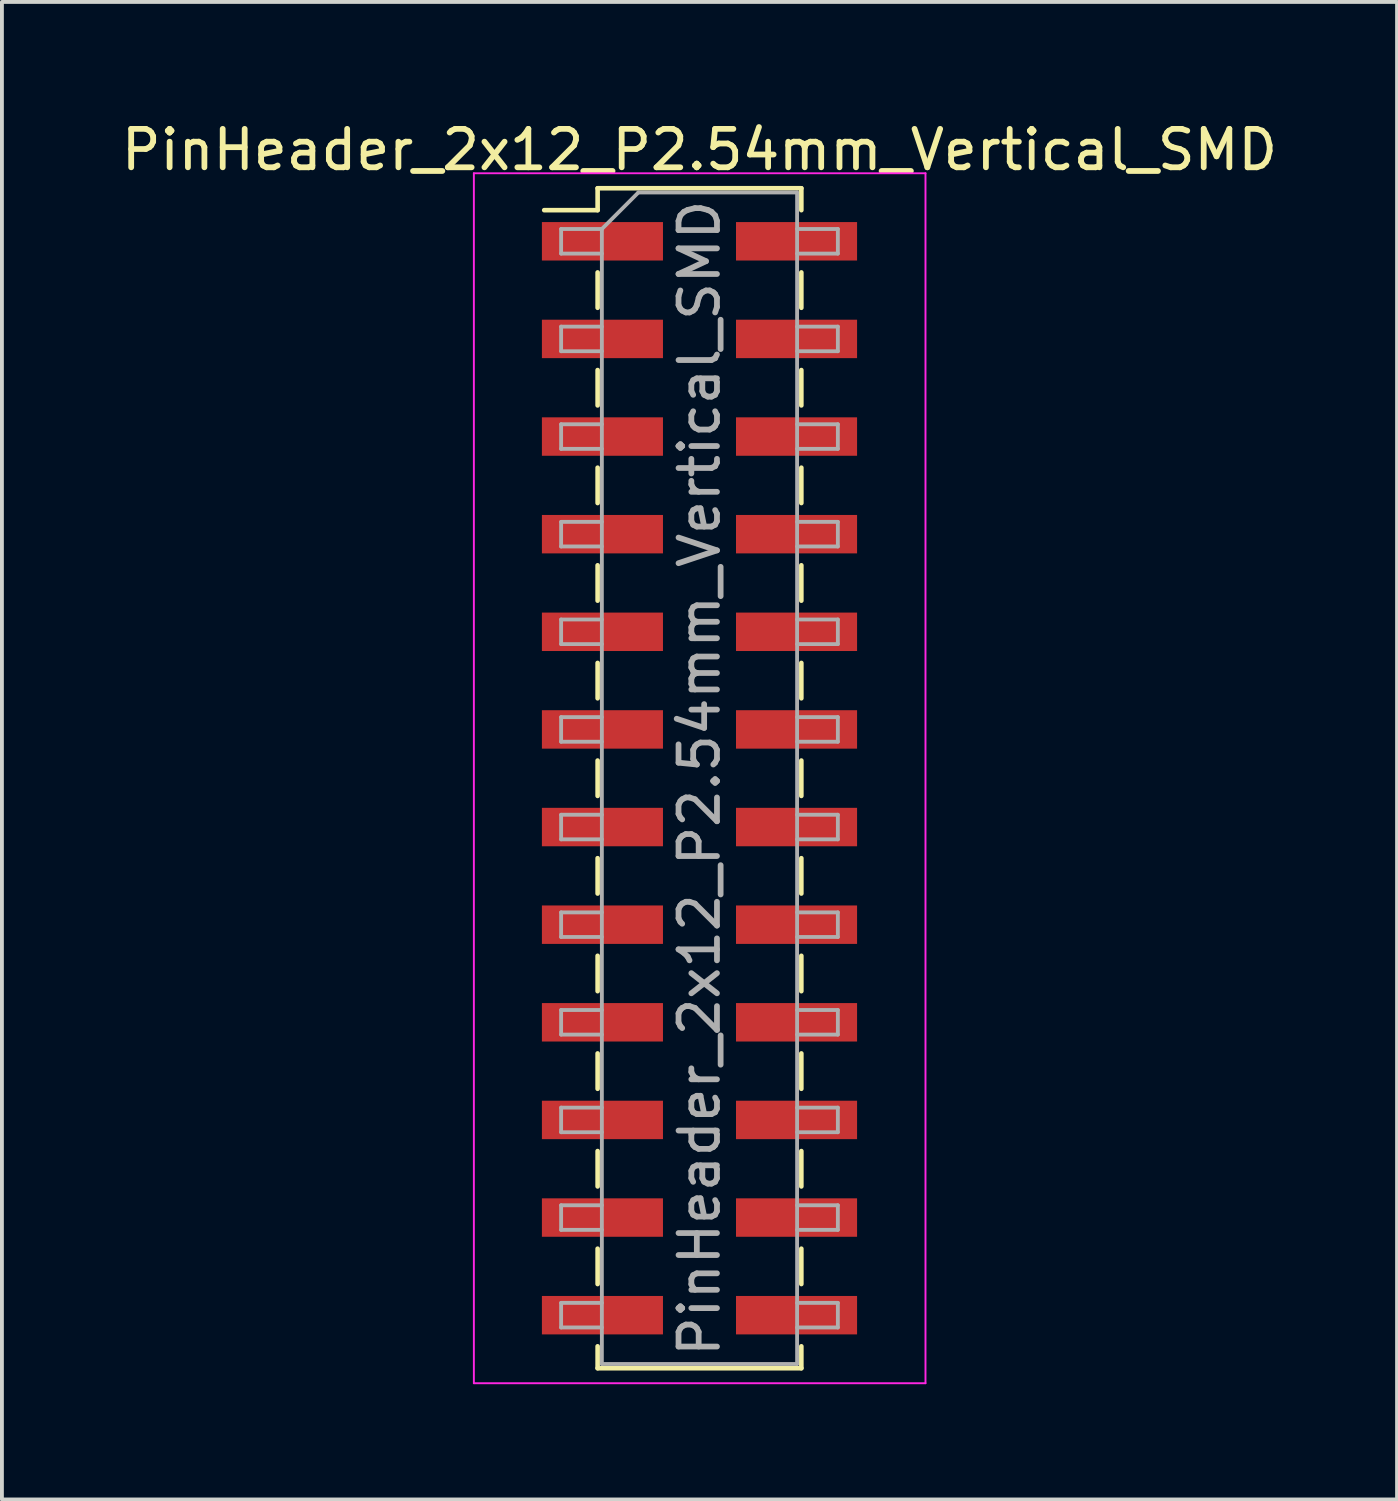
<source format=kicad_pcb>
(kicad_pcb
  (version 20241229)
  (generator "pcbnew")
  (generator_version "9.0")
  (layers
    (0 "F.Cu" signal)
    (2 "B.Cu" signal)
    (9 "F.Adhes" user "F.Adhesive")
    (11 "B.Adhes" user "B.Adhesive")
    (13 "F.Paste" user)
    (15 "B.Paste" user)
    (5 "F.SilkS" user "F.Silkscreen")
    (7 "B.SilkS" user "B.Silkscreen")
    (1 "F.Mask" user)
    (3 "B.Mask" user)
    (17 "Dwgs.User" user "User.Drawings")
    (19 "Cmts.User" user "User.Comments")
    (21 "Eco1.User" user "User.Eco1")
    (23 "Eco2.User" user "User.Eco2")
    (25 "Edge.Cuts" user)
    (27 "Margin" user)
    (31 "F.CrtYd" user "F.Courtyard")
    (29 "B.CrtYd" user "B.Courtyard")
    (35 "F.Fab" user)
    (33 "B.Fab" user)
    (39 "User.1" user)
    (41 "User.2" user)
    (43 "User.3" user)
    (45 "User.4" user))
  (footprint "PinHeader_2x12_P2.54mm_Vertical_SMD"
    (layer "F.Cu")
    (at 15.149 17.198)
    (property "Reference" "PinHeader_2x12_P2.54mm_Vertical_SMD" (at 0 -16.35 0) (layer "F.SilkS") (effects (font (size 1 1) (thickness 0.15))))
    (attr smd)
    (fp_line (start -4.04 -14.78) (end -2.65 -14.78) (stroke (width 0.12) (type solid)) (layer "F.SilkS"))
    (fp_line (start -2.65 -15.35) (end -2.65 -14.78) (stroke (width 0.12) (type solid)) (layer "F.SilkS"))
    (fp_line (start -2.65 -15.35) (end 2.65 -15.35) (stroke (width 0.12) (type solid)) (layer "F.SilkS"))
    (fp_line (start -2.65 -13.16) (end -2.65 -12.24) (stroke (width 0.12) (type solid)) (layer "F.SilkS"))
    (fp_line (start -2.65 -10.62) (end -2.65 -9.7) (stroke (width 0.12) (type solid)) (layer "F.SilkS"))
    (fp_line (start -2.65 -8.08) (end -2.65 -7.16) (stroke (width 0.12) (type solid)) (layer "F.SilkS"))
    (fp_line (start -2.65 -5.54) (end -2.65 -4.62) (stroke (width 0.12) (type solid)) (layer "F.SilkS"))
    (fp_line (start -2.65 -3) (end -2.65 -2.08) (stroke (width 0.12) (type solid)) (layer "F.SilkS"))
    (fp_line (start -2.65 -0.46) (end -2.65 0.46) (stroke (width 0.12) (type solid)) (layer "F.SilkS"))
    (fp_line (start -2.65 2.08) (end -2.65 3) (stroke (width 0.12) (type solid)) (layer "F.SilkS"))
    (fp_line (start -2.65 4.62) (end -2.65 5.54) (stroke (width 0.12) (type solid)) (layer "F.SilkS"))
    (fp_line (start -2.65 7.16) (end -2.65 8.08) (stroke (width 0.12) (type solid)) (layer "F.SilkS"))
    (fp_line (start -2.65 9.7) (end -2.65 10.62) (stroke (width 0.12) (type solid)) (layer "F.SilkS"))
    (fp_line (start -2.65 12.24) (end -2.65 13.16) (stroke (width 0.12) (type solid)) (layer "F.SilkS"))
    (fp_line (start -2.65 14.78) (end -2.65 15.35) (stroke (width 0.12) (type solid)) (layer "F.SilkS"))
    (fp_line (start -2.65 15.35) (end 2.65 15.35) (stroke (width 0.12) (type solid)) (layer "F.SilkS"))
    (fp_line (start 2.65 -15.35) (end 2.65 -14.78) (stroke (width 0.12) (type solid)) (layer "F.SilkS"))
    (fp_line (start 2.65 -13.16) (end 2.65 -12.24) (stroke (width 0.12) (type solid)) (layer "F.SilkS"))
    (fp_line (start 2.65 -10.62) (end 2.65 -9.7) (stroke (width 0.12) (type solid)) (layer "F.SilkS"))
    (fp_line (start 2.65 -8.08) (end 2.65 -7.16) (stroke (width 0.12) (type solid)) (layer "F.SilkS"))
    (fp_line (start 2.65 -5.54) (end 2.65 -4.62) (stroke (width 0.12) (type solid)) (layer "F.SilkS"))
    (fp_line (start 2.65 -3) (end 2.65 -2.08) (stroke (width 0.12) (type solid)) (layer "F.SilkS"))
    (fp_line (start 2.65 -0.46) (end 2.65 0.46) (stroke (width 0.12) (type solid)) (layer "F.SilkS"))
    (fp_line (start 2.65 2.08) (end 2.65 3) (stroke (width 0.12) (type solid)) (layer "F.SilkS"))
    (fp_line (start 2.65 4.62) (end 2.65 5.54) (stroke (width 0.12) (type solid)) (layer "F.SilkS"))
    (fp_line (start 2.65 7.16) (end 2.65 8.08) (stroke (width 0.12) (type solid)) (layer "F.SilkS"))
    (fp_line (start 2.65 9.7) (end 2.65 10.62) (stroke (width 0.12) (type solid)) (layer "F.SilkS"))
    (fp_line (start 2.65 12.24) (end 2.65 13.16) (stroke (width 0.12) (type solid)) (layer "F.SilkS"))
    (fp_line (start 2.65 14.78) (end 2.65 15.35) (stroke (width 0.12) (type solid)) (layer "F.SilkS"))
    (fp_line (start -5.87 -15.74) (end -5.87 15.74) (stroke (width 0.05) (type solid)) (layer "F.CrtYd"))
    (fp_line (start -5.87 15.74) (end 5.88 15.74) (stroke (width 0.05) (type solid)) (layer "F.CrtYd"))
    (fp_line (start 5.88 -15.74) (end -5.87 -15.74) (stroke (width 0.05) (type solid)) (layer "F.CrtYd"))
    (fp_line (start 5.88 15.74) (end 5.88 -15.74) (stroke (width 0.05) (type solid)) (layer "F.CrtYd"))
    (fp_line (start -3.6 -14.29) (end -3.6 -13.65) (stroke (width 0.1) (type solid)) (layer "F.Fab"))
    (fp_line (start -3.6 -13.65) (end -2.54 -13.65) (stroke (width 0.1) (type solid)) (layer "F.Fab"))
    (fp_line (start -3.6 -11.75) (end -3.6 -11.11) (stroke (width 0.1) (type solid)) (layer "F.Fab"))
    (fp_line (start -3.6 -11.11) (end -2.54 -11.11) (stroke (width 0.1) (type solid)) (layer "F.Fab"))
    (fp_line (start -3.6 -9.21) (end -3.6 -8.57) (stroke (width 0.1) (type solid)) (layer "F.Fab"))
    (fp_line (start -3.6 -8.57) (end -2.54 -8.57) (stroke (width 0.1) (type solid)) (layer "F.Fab"))
    (fp_line (start -3.6 -6.67) (end -3.6 -6.03) (stroke (width 0.1) (type solid)) (layer "F.Fab"))
    (fp_line (start -3.6 -6.03) (end -2.54 -6.03) (stroke (width 0.1) (type solid)) (layer "F.Fab"))
    (fp_line (start -3.6 -4.13) (end -3.6 -3.49) (stroke (width 0.1) (type solid)) (layer "F.Fab"))
    (fp_line (start -3.6 -3.49) (end -2.54 -3.49) (stroke (width 0.1) (type solid)) (layer "F.Fab"))
    (fp_line (start -3.6 -1.59) (end -3.6 -0.95) (stroke (width 0.1) (type solid)) (layer "F.Fab"))
    (fp_line (start -3.6 -0.95) (end -2.54 -0.95) (stroke (width 0.1) (type solid)) (layer "F.Fab"))
    (fp_line (start -3.6 0.95) (end -3.6 1.59) (stroke (width 0.1) (type solid)) (layer "F.Fab"))
    (fp_line (start -3.6 1.59) (end -2.54 1.59) (stroke (width 0.1) (type solid)) (layer "F.Fab"))
    (fp_line (start -3.6 3.49) (end -3.6 4.13) (stroke (width 0.1) (type solid)) (layer "F.Fab"))
    (fp_line (start -3.6 4.13) (end -2.54 4.13) (stroke (width 0.1) (type solid)) (layer "F.Fab"))
    (fp_line (start -3.6 6.03) (end -3.6 6.67) (stroke (width 0.1) (type solid)) (layer "F.Fab"))
    (fp_line (start -3.6 6.67) (end -2.54 6.67) (stroke (width 0.1) (type solid)) (layer "F.Fab"))
    (fp_line (start -3.6 8.57) (end -3.6 9.21) (stroke (width 0.1) (type solid)) (layer "F.Fab"))
    (fp_line (start -3.6 9.21) (end -2.54 9.21) (stroke (width 0.1) (type solid)) (layer "F.Fab"))
    (fp_line (start -3.6 11.11) (end -3.6 11.75) (stroke (width 0.1) (type solid)) (layer "F.Fab"))
    (fp_line (start -3.6 11.75) (end -2.54 11.75) (stroke (width 0.1) (type solid)) (layer "F.Fab"))
    (fp_line (start -3.6 13.65) (end -3.6 14.29) (stroke (width 0.1) (type solid)) (layer "F.Fab"))
    (fp_line (start -3.6 14.29) (end -2.54 14.29) (stroke (width 0.1) (type solid)) (layer "F.Fab"))
    (fp_line (start -2.54 -14.29) (end -3.6 -14.29) (stroke (width 0.1) (type solid)) (layer "F.Fab"))
    (fp_line (start -2.54 -14.29) (end -1.59 -15.24) (stroke (width 0.1) (type solid)) (layer "F.Fab"))
    (fp_line (start -2.54 -11.75) (end -3.6 -11.75) (stroke (width 0.1) (type solid)) (layer "F.Fab"))
    (fp_line (start -2.54 -9.21) (end -3.6 -9.21) (stroke (width 0.1) (type solid)) (layer "F.Fab"))
    (fp_line (start -2.54 -6.67) (end -3.6 -6.67) (stroke (width 0.1) (type solid)) (layer "F.Fab"))
    (fp_line (start -2.54 -4.13) (end -3.6 -4.13) (stroke (width 0.1) (type solid)) (layer "F.Fab"))
    (fp_line (start -2.54 -1.59) (end -3.6 -1.59) (stroke (width 0.1) (type solid)) (layer "F.Fab"))
    (fp_line (start -2.54 0.95) (end -3.6 0.95) (stroke (width 0.1) (type solid)) (layer "F.Fab"))
    (fp_line (start -2.54 3.49) (end -3.6 3.49) (stroke (width 0.1) (type solid)) (layer "F.Fab"))
    (fp_line (start -2.54 6.03) (end -3.6 6.03) (stroke (width 0.1) (type solid)) (layer "F.Fab"))
    (fp_line (start -2.54 8.57) (end -3.6 8.57) (stroke (width 0.1) (type solid)) (layer "F.Fab"))
    (fp_line (start -2.54 11.11) (end -3.6 11.11) (stroke (width 0.1) (type solid)) (layer "F.Fab"))
    (fp_line (start -2.54 13.65) (end -3.6 13.65) (stroke (width 0.1) (type solid)) (layer "F.Fab"))
    (fp_line (start -2.54 15.24) (end -2.54 -14.29) (stroke (width 0.1) (type solid)) (layer "F.Fab"))
    (fp_line (start -1.59 -15.24) (end 2.54 -15.24) (stroke (width 0.1) (type solid)) (layer "F.Fab"))
    (fp_line (start 2.54 -15.24) (end 2.54 15.24) (stroke (width 0.1) (type solid)) (layer "F.Fab"))
    (fp_line (start 2.54 -14.29) (end 3.6 -14.29) (stroke (width 0.1) (type solid)) (layer "F.Fab"))
    (fp_line (start 2.54 -11.75) (end 3.6 -11.75) (stroke (width 0.1) (type solid)) (layer "F.Fab"))
    (fp_line (start 2.54 -9.21) (end 3.6 -9.21) (stroke (width 0.1) (type solid)) (layer "F.Fab"))
    (fp_line (start 2.54 -6.67) (end 3.6 -6.67) (stroke (width 0.1) (type solid)) (layer "F.Fab"))
    (fp_line (start 2.54 -4.13) (end 3.6 -4.13) (stroke (width 0.1) (type solid)) (layer "F.Fab"))
    (fp_line (start 2.54 -1.59) (end 3.6 -1.59) (stroke (width 0.1) (type solid)) (layer "F.Fab"))
    (fp_line (start 2.54 0.95) (end 3.6 0.95) (stroke (width 0.1) (type solid)) (layer "F.Fab"))
    (fp_line (start 2.54 3.49) (end 3.6 3.49) (stroke (width 0.1) (type solid)) (layer "F.Fab"))
    (fp_line (start 2.54 6.03) (end 3.6 6.03) (stroke (width 0.1) (type solid)) (layer "F.Fab"))
    (fp_line (start 2.54 8.57) (end 3.6 8.57) (stroke (width 0.1) (type solid)) (layer "F.Fab"))
    (fp_line (start 2.54 11.11) (end 3.6 11.11) (stroke (width 0.1) (type solid)) (layer "F.Fab"))
    (fp_line (start 2.54 13.65) (end 3.6 13.65) (stroke (width 0.1) (type solid)) (layer "F.Fab"))
    (fp_line (start 2.54 15.24) (end -2.54 15.24) (stroke (width 0.1) (type solid)) (layer "F.Fab"))
    (fp_line (start 3.6 -14.29) (end 3.6 -13.65) (stroke (width 0.1) (type solid)) (layer "F.Fab"))
    (fp_line (start 3.6 -13.65) (end 2.54 -13.65) (stroke (width 0.1) (type solid)) (layer "F.Fab"))
    (fp_line (start 3.6 -11.75) (end 3.6 -11.11) (stroke (width 0.1) (type solid)) (layer "F.Fab"))
    (fp_line (start 3.6 -11.11) (end 2.54 -11.11) (stroke (width 0.1) (type solid)) (layer "F.Fab"))
    (fp_line (start 3.6 -9.21) (end 3.6 -8.57) (stroke (width 0.1) (type solid)) (layer "F.Fab"))
    (fp_line (start 3.6 -8.57) (end 2.54 -8.57) (stroke (width 0.1) (type solid)) (layer "F.Fab"))
    (fp_line (start 3.6 -6.67) (end 3.6 -6.03) (stroke (width 0.1) (type solid)) (layer "F.Fab"))
    (fp_line (start 3.6 -6.03) (end 2.54 -6.03) (stroke (width 0.1) (type solid)) (layer "F.Fab"))
    (fp_line (start 3.6 -4.13) (end 3.6 -3.49) (stroke (width 0.1) (type solid)) (layer "F.Fab"))
    (fp_line (start 3.6 -3.49) (end 2.54 -3.49) (stroke (width 0.1) (type solid)) (layer "F.Fab"))
    (fp_line (start 3.6 -1.59) (end 3.6 -0.95) (stroke (width 0.1) (type solid)) (layer "F.Fab"))
    (fp_line (start 3.6 -0.95) (end 2.54 -0.95) (stroke (width 0.1) (type solid)) (layer "F.Fab"))
    (fp_line (start 3.6 0.95) (end 3.6 1.59) (stroke (width 0.1) (type solid)) (layer "F.Fab"))
    (fp_line (start 3.6 1.59) (end 2.54 1.59) (stroke (width 0.1) (type solid)) (layer "F.Fab"))
    (fp_line (start 3.6 3.49) (end 3.6 4.13) (stroke (width 0.1) (type solid)) (layer "F.Fab"))
    (fp_line (start 3.6 4.13) (end 2.54 4.13) (stroke (width 0.1) (type solid)) (layer "F.Fab"))
    (fp_line (start 3.6 6.03) (end 3.6 6.67) (stroke (width 0.1) (type solid)) (layer "F.Fab"))
    (fp_line (start 3.6 6.67) (end 2.54 6.67) (stroke (width 0.1) (type solid)) (layer "F.Fab"))
    (fp_line (start 3.6 8.57) (end 3.6 9.21) (stroke (width 0.1) (type solid)) (layer "F.Fab"))
    (fp_line (start 3.6 9.21) (end 2.54 9.21) (stroke (width 0.1) (type solid)) (layer "F.Fab"))
    (fp_line (start 3.6 11.11) (end 3.6 11.75) (stroke (width 0.1) (type solid)) (layer "F.Fab"))
    (fp_line (start 3.6 11.75) (end 2.54 11.75) (stroke (width 0.1) (type solid)) (layer "F.Fab"))
    (fp_line (start 3.6 13.65) (end 3.6 14.29) (stroke (width 0.1) (type solid)) (layer "F.Fab"))
    (fp_line (start 3.6 14.29) (end 2.54 14.29) (stroke (width 0.1) (type solid)) (layer "F.Fab"))
    (fp_text user "${REFERENCE}" (at 0 0 90) (layer "F.Fab") (effects (font (size 1 1) (thickness 0.15))))
    (pad "1" smd rect (at -2.525 -13.97) (size 3.15 1) (layers "F.Cu" "F.Mask" "F.Paste"))
    (pad "2" smd rect (at 2.525 -13.97) (size 3.15 1) (layers "F.Cu" "F.Mask" "F.Paste"))
    (pad "3" smd rect (at -2.525 -11.43) (size 3.15 1) (layers "F.Cu" "F.Mask" "F.Paste"))
    (pad "4" smd rect (at 2.525 -11.43) (size 3.15 1) (layers "F.Cu" "F.Mask" "F.Paste"))
    (pad "5" smd rect (at -2.525 -8.89) (size 3.15 1) (layers "F.Cu" "F.Mask" "F.Paste"))
    (pad "6" smd rect (at 2.525 -8.89) (size 3.15 1) (layers "F.Cu" "F.Mask" "F.Paste"))
    (pad "7" smd rect (at -2.525 -6.35) (size 3.15 1) (layers "F.Cu" "F.Mask" "F.Paste"))
    (pad "8" smd rect (at 2.525 -6.35) (size 3.15 1) (layers "F.Cu" "F.Mask" "F.Paste"))
    (pad "9" smd rect (at -2.525 -3.81) (size 3.15 1) (layers "F.Cu" "F.Mask" "F.Paste"))
    (pad "10" smd rect (at 2.525 -3.81) (size 3.15 1) (layers "F.Cu" "F.Mask" "F.Paste"))
    (pad "11" smd rect (at -2.525 -1.27) (size 3.15 1) (layers "F.Cu" "F.Mask" "F.Paste"))
    (pad "12" smd rect (at 2.525 -1.27) (size 3.15 1) (layers "F.Cu" "F.Mask" "F.Paste"))
    (pad "13" smd rect (at -2.525 1.27) (size 3.15 1) (layers "F.Cu" "F.Mask" "F.Paste"))
    (pad "14" smd rect (at 2.525 1.27) (size 3.15 1) (layers "F.Cu" "F.Mask" "F.Paste"))
    (pad "15" smd rect (at -2.525 3.81) (size 3.15 1) (layers "F.Cu" "F.Mask" "F.Paste"))
    (pad "16" smd rect (at 2.525 3.81) (size 3.15 1) (layers "F.Cu" "F.Mask" "F.Paste"))
    (pad "17" smd rect (at -2.525 6.35) (size 3.15 1) (layers "F.Cu" "F.Mask" "F.Paste"))
    (pad "18" smd rect (at 2.525 6.35) (size 3.15 1) (layers "F.Cu" "F.Mask" "F.Paste"))
    (pad "19" smd rect (at -2.525 8.89) (size 3.15 1) (layers "F.Cu" "F.Mask" "F.Paste"))
    (pad "20" smd rect (at 2.525 8.89) (size 3.15 1) (layers "F.Cu" "F.Mask" "F.Paste"))
    (pad "21" smd rect (at -2.525 11.43) (size 3.15 1) (layers "F.Cu" "F.Mask" "F.Paste"))
    (pad "22" smd rect (at 2.525 11.43) (size 3.15 1) (layers "F.Cu" "F.Mask" "F.Paste"))
    (pad "23" smd rect (at -2.525 13.97) (size 3.15 1) (layers "F.Cu" "F.Mask" "F.Paste"))
    (pad "24" smd rect (at 2.525 13.97) (size 3.15 1) (layers "F.Cu" "F.Mask" "F.Paste")))
  (gr_rect
    (start -3 -3)
    (end 33.298 35.963)
    (stroke (width 0.1) (type default))
    (fill no)
    (layer "Edge.Cuts")))
</source>
